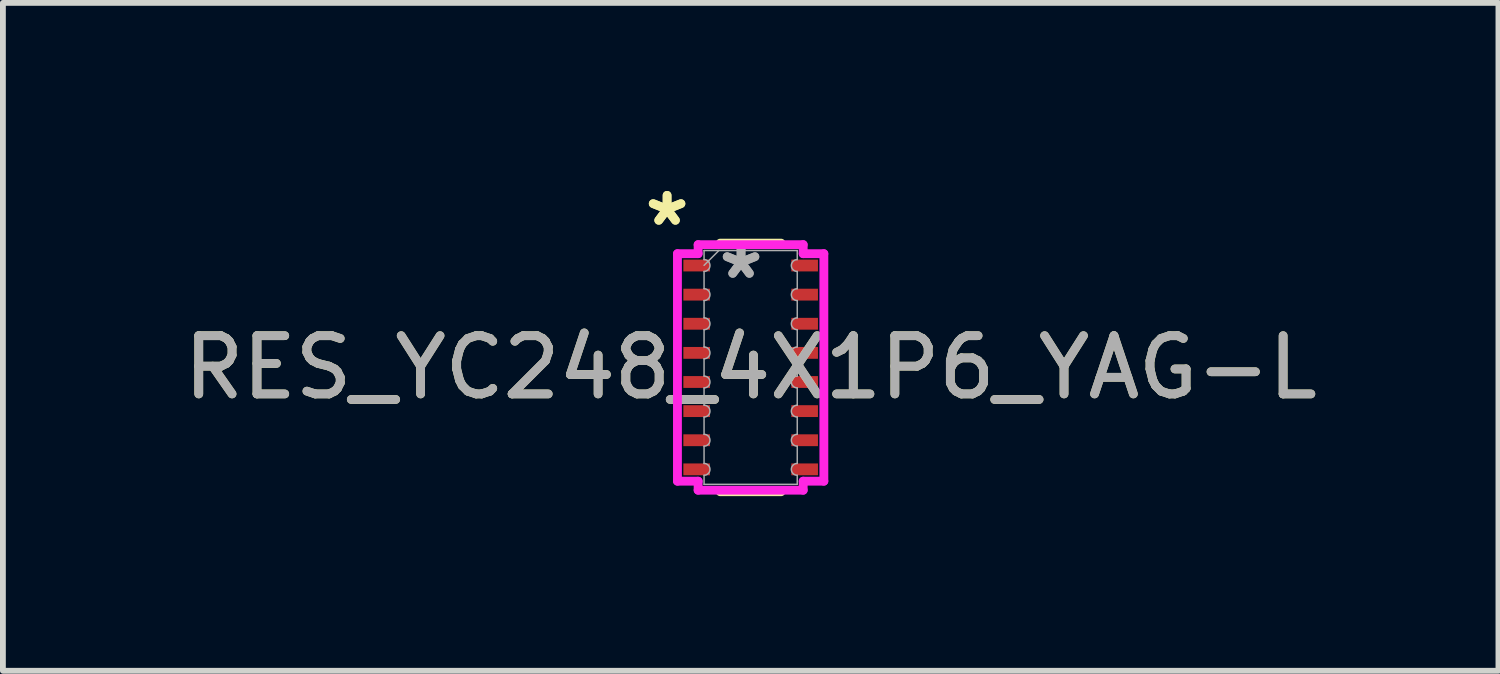
<source format=kicad_pcb>
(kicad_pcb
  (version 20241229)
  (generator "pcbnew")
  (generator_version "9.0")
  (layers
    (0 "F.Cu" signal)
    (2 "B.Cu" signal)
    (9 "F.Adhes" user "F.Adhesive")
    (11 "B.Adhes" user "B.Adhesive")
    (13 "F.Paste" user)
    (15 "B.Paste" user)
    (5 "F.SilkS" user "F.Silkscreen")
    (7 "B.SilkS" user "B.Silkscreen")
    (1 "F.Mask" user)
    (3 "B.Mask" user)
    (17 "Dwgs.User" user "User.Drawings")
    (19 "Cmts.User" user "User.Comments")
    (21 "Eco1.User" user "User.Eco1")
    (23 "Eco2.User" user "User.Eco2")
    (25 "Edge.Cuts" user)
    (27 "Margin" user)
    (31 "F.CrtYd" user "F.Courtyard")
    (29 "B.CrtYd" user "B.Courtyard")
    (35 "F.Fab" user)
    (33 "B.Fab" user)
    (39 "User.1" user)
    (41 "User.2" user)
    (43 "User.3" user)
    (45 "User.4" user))
  (footprint "RES_YC248_4X1P6_YAG-L"
    (layer "F.Cu")
    (at 9.839 3.259)
    (property "Reference" "RES_YC248_4X1P6_YAG-L" (at 0 0 0) (unlocked yes) (layer "F.SilkS") (effects (font (size 1 1) (thickness 0.15))))
    (attr smd)
    (fp_line (start -0.522 -2.134) (end 0.522 -2.134) (stroke (width 0.152) (type solid)) (layer "F.SilkS"))
    (fp_line (start -0.522 2.134) (end 0.522 2.134) (stroke (width 0.152) (type solid)) (layer "F.SilkS"))
    (fp_line (start -1.257 -1.953) (end -0.902 -1.953) (stroke (width 0.152) (type solid)) (layer "F.CrtYd"))
    (fp_line (start -1.257 1.953) (end -1.257 -1.953) (stroke (width 0.152) (type solid)) (layer "F.CrtYd"))
    (fp_line (start -1.257 1.953) (end -0.902 1.953) (stroke (width 0.152) (type solid)) (layer "F.CrtYd"))
    (fp_line (start -0.902 -2.108) (end 0.902 -2.108) (stroke (width 0.152) (type solid)) (layer "F.CrtYd"))
    (fp_line (start -0.902 -1.953) (end -0.902 -2.108) (stroke (width 0.152) (type solid)) (layer "F.CrtYd"))
    (fp_line (start -0.902 2.108) (end -0.902 1.953) (stroke (width 0.152) (type solid)) (layer "F.CrtYd"))
    (fp_line (start 0.902 -2.108) (end 0.902 -1.953) (stroke (width 0.152) (type solid)) (layer "F.CrtYd"))
    (fp_line (start 0.902 1.953) (end 0.902 2.108) (stroke (width 0.152) (type solid)) (layer "F.CrtYd"))
    (fp_line (start 0.902 2.108) (end -0.902 2.108) (stroke (width 0.152) (type solid)) (layer "F.CrtYd"))
    (fp_line (start 1.257 -1.953) (end 0.902 -1.953) (stroke (width 0.152) (type solid)) (layer "F.CrtYd"))
    (fp_line (start 1.257 -1.953) (end 1.257 1.953) (stroke (width 0.152) (type solid)) (layer "F.CrtYd"))
    (fp_line (start 1.257 1.953) (end 0.902 1.953) (stroke (width 0.152) (type solid)) (layer "F.CrtYd"))
    (fp_line (start -0.8 -2.007) (end 0.8 -2.007) (stroke (width 0.025) (type solid)) (layer "F.Fab"))
    (fp_line (start -0.8 -1.852) (end -0.8 -2.007) (stroke (width 0.025) (type solid)) (layer "F.Fab"))
    (fp_line (start -0.8 -1.648) (end -0.8 -1.352) (stroke (width 0.025) (type solid)) (layer "F.Fab"))
    (fp_line (start -0.8 -1.148) (end -0.8 -0.852) (stroke (width 0.025) (type solid)) (layer "F.Fab"))
    (fp_line (start -0.8 -0.648) (end -0.8 -0.352) (stroke (width 0.025) (type solid)) (layer "F.Fab"))
    (fp_line (start -0.8 -0.148) (end -0.8 0.148) (stroke (width 0.025) (type solid)) (layer "F.Fab"))
    (fp_line (start -0.8 0.352) (end -0.8 0.648) (stroke (width 0.025) (type solid)) (layer "F.Fab"))
    (fp_line (start -0.8 0.852) (end -0.8 1.148) (stroke (width 0.025) (type solid)) (layer "F.Fab"))
    (fp_line (start -0.8 1.352) (end -0.8 1.648) (stroke (width 0.025) (type solid)) (layer "F.Fab"))
    (fp_line (start -0.8 1.852) (end -0.8 2.007) (stroke (width 0.025) (type solid)) (layer "F.Fab"))
    (fp_line (start -0.8 2.007) (end 0.8 2.007) (stroke (width 0.025) (type solid)) (layer "F.Fab"))
    (fp_line (start -0.546 -2.007) (end -0.8 -1.753) (stroke (width 0.025) (type solid)) (layer "F.Fab"))
    (fp_line (start 0.8 -1.852) (end 0.8 -2.007) (stroke (width 0.025) (type solid)) (layer "F.Fab"))
    (fp_line (start 0.8 -1.648) (end 0.8 -1.352) (stroke (width 0.025) (type solid)) (layer "F.Fab"))
    (fp_line (start 0.8 -1.148) (end 0.8 -0.852) (stroke (width 0.025) (type solid)) (layer "F.Fab"))
    (fp_line (start 0.8 -0.648) (end 0.8 -0.352) (stroke (width 0.025) (type solid)) (layer "F.Fab"))
    (fp_line (start 0.8 -0.148) (end 0.8 0.148) (stroke (width 0.025) (type solid)) (layer "F.Fab"))
    (fp_line (start 0.8 0.352) (end 0.8 0.648) (stroke (width 0.025) (type solid)) (layer "F.Fab"))
    (fp_line (start 0.8 0.852) (end 0.8 1.148) (stroke (width 0.025) (type solid)) (layer "F.Fab"))
    (fp_line (start 0.8 1.352) (end 0.8 1.648) (stroke (width 0.025) (type solid)) (layer "F.Fab"))
    (fp_line (start 0.8 1.852) (end 0.8 2.007) (stroke (width 0.025) (type solid)) (layer "F.Fab"))
    (fp_arc (start -0.8001 -1.851599) (mid -0.6985 -1.749999) (end -0.8001 -1.648399) (stroke (width 0.0254) (type solid)) (layer "F.Fab"))
    (fp_arc (start -0.8001 -1.3516) (mid -0.6985 -1.25) (end -0.8001 -1.1484) (stroke (width 0.0254) (type solid)) (layer "F.Fab"))
    (fp_arc (start -0.8001 -0.851601) (mid -0.6985 -0.750001) (end -0.8001 -0.648401) (stroke (width 0.0254) (type solid)) (layer "F.Fab"))
    (fp_arc (start -0.8001 -0.351599) (mid -0.6985 -0.25) (end -0.8001 -0.1484) (stroke (width 0.0254) (type solid)) (layer "F.Fab"))
    (fp_arc (start -0.8001 0.1484) (mid -0.6985 0.249999) (end -0.8001 0.351599) (stroke (width 0.0254) (type solid)) (layer "F.Fab"))
    (fp_arc (start -0.8001 0.648401) (mid -0.6985 0.750001) (end -0.8001 0.851601) (stroke (width 0.0254) (type solid)) (layer "F.Fab"))
    (fp_arc (start -0.8001 1.1484) (mid -0.6985 1.25) (end -0.8001 1.3516) (stroke (width 0.0254) (type solid)) (layer "F.Fab"))
    (fp_arc (start -0.8001 1.648399) (mid -0.6985 1.749999) (end -0.8001 1.851599) (stroke (width 0.0254) (type solid)) (layer "F.Fab"))
    (fp_arc (start 0.8001 -1.648399) (mid 0.6985 -1.749999) (end 0.8001 -1.851599) (stroke (width 0.0254) (type solid)) (layer "F.Fab"))
    (fp_arc (start 0.8001 -1.1484) (mid 0.6985 -1.25) (end 0.8001 -1.3516) (stroke (width 0.0254) (type solid)) (layer "F.Fab"))
    (fp_arc (start 0.8001 -0.648401) (mid 0.6985 -0.750001) (end 0.8001 -0.851601) (stroke (width 0.0254) (type solid)) (layer "F.Fab"))
    (fp_arc (start 0.8001 -0.1484) (mid 0.6985 -0.249999) (end 0.8001 -0.351599) (stroke (width 0.0254) (type solid)) (layer "F.Fab"))
    (fp_arc (start 0.8001 0.351599) (mid 0.6985 0.25) (end 0.8001 0.1484) (stroke (width 0.0254) (type solid)) (layer "F.Fab"))
    (fp_arc (start 0.8001 0.851601) (mid 0.6985 0.750001) (end 0.8001 0.648401) (stroke (width 0.0254) (type solid)) (layer "F.Fab"))
    (fp_arc (start 0.8001 1.3516) (mid 0.6985 1.25) (end 0.8001 1.1484) (stroke (width 0.0254) (type solid)) (layer "F.Fab"))
    (fp_arc (start 0.8001 1.851599) (mid 0.6985 1.749999) (end 0.8001 1.648399) (stroke (width 0.0254) (type solid)) (layer "F.Fab"))
    (fp_text user "*" (at -1.435 -2.41 0) (layer "F.SilkS") (effects (font (size 1 1) (thickness 0.15))))
    (fp_text user "*" (at -1.435 -2.41 0) (unlocked yes) (layer "F.SilkS") (effects (font (size 1 1) (thickness 0.15))))
    (fp_text user "*" (at -0.165 -1.499 0) (layer "F.Fab") (effects (font (size 1 1) (thickness 0.15))))
    (fp_text user "${REFERENCE}" (at 0 0 0) (unlocked yes) (layer "F.Fab") (effects (font (size 1 1) (thickness 0.15))))
    (fp_text user "*" (at -0.165 -1.499 0) (unlocked yes) (layer "F.Fab") (effects (font (size 1 1) (thickness 0.15))))
    (pad "1" smd rect (at -0.927 -1.75) (size 0.457 0.203) (layers "F.Cu" "F.Mask" "F.Paste"))
    (pad "2" smd rect (at -0.927 -1.25) (size 0.457 0.203) (layers "F.Cu" "F.Mask" "F.Paste"))
    (pad "3" smd rect (at -0.927 -0.75) (size 0.457 0.203) (layers "F.Cu" "F.Mask" "F.Paste"))
    (pad "4" smd rect (at -0.927 -0.25) (size 0.457 0.203) (layers "F.Cu" "F.Mask" "F.Paste"))
    (pad "5" smd rect (at -0.927 0.25) (size 0.457 0.203) (layers "F.Cu" "F.Mask" "F.Paste"))
    (pad "6" smd rect (at -0.927 0.75) (size 0.457 0.203) (layers "F.Cu" "F.Mask" "F.Paste"))
    (pad "7" smd rect (at -0.927 1.25) (size 0.457 0.203) (layers "F.Cu" "F.Mask" "F.Paste"))
    (pad "8" smd rect (at -0.927 1.75) (size 0.457 0.203) (layers "F.Cu" "F.Mask" "F.Paste"))
    (pad "9" smd rect (at 0.927 1.75) (size 0.457 0.203) (layers "F.Cu" "F.Mask" "F.Paste"))
    (pad "10" smd rect (at 0.927 1.25) (size 0.457 0.203) (layers "F.Cu" "F.Mask" "F.Paste"))
    (pad "11" smd rect (at 0.927 0.75) (size 0.457 0.203) (layers "F.Cu" "F.Mask" "F.Paste"))
    (pad "12" smd rect (at 0.927 0.25) (size 0.457 0.203) (layers "F.Cu" "F.Mask" "F.Paste"))
    (pad "13" smd rect (at 0.927 -0.25) (size 0.457 0.203) (layers "F.Cu" "F.Mask" "F.Paste"))
    (pad "14" smd rect (at 0.927 -0.75) (size 0.457 0.203) (layers "F.Cu" "F.Mask" "F.Paste"))
    (pad "15" smd rect (at 0.927 -1.25) (size 0.457 0.203) (layers "F.Cu" "F.Mask" "F.Paste"))
    (pad "16" smd rect (at 0.927 -1.75) (size 0.457 0.203) (layers "F.Cu" "F.Mask" "F.Paste")))
  (gr_rect
    (start -3 -3)
    (end 22.679 8.468)
    (stroke (width 0.1) (type default))
    (fill no)
    (layer "Edge.Cuts")))
</source>
